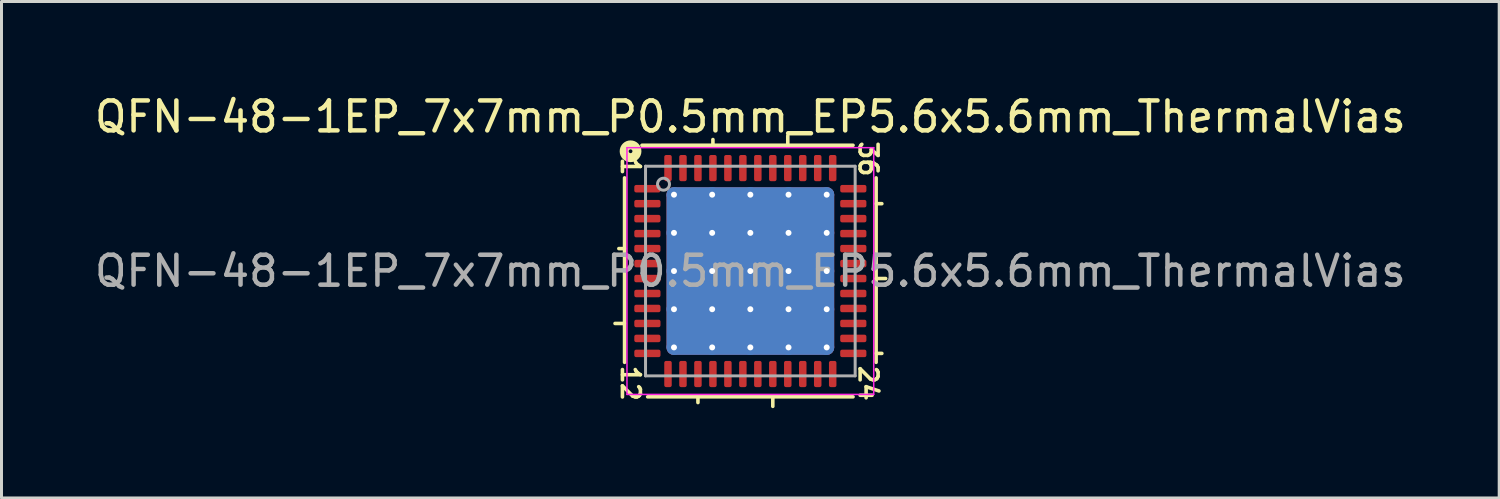
<source format=kicad_pcb>
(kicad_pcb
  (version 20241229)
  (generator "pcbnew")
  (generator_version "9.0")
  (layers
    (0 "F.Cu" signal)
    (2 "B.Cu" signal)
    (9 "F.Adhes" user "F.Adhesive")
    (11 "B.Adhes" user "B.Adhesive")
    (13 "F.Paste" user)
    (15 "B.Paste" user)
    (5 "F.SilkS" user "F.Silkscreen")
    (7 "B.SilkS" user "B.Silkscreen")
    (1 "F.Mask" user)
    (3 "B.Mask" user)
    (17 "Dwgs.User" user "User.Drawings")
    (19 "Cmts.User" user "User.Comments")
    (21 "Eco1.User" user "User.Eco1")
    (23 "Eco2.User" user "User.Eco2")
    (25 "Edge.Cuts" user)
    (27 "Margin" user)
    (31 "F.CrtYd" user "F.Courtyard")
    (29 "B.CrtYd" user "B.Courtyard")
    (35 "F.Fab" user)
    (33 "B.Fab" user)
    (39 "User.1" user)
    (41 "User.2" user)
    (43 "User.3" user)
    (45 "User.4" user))
  (footprint "QFN-48-1EP_7x7mm_P0.5mm_EP5.6x5.6mm_ThermalVias"
    (layer "F.Cu")
    (at 22.006 6.001)
    (property "Reference" "QFN-48-1EP_7x7mm_P0.5mm_EP5.6x5.6mm_ThermalVias" (at 0 -5.152 0) (layer "F.SilkS") (effects (font (size 1 1) (thickness 0.15))))
    (attr smd)
    (fp_line (start -4.2 -3.111) (end -4.2 3.048) (stroke (width 0.12) (type solid)) (layer "F.SilkS"))
    (fp_line (start -4.2 -0.75) (end -4.391 -0.75) (stroke (width 0.12) (type solid)) (layer "F.SilkS"))
    (fp_line (start -4.2 1.75) (end -4.518 1.75) (stroke (width 0.12) (type solid)) (layer "F.SilkS"))
    (fp_line (start -3.429 4.2) (end 3.429 4.2) (stroke (width 0.12) (type solid)) (layer "F.SilkS"))
    (fp_line (start -1.75 4.2) (end -1.75 4.391) (stroke (width 0.12) (type solid)) (layer "F.SilkS"))
    (fp_line (start -1.25 -4.2) (end -1.25 -4.391) (stroke (width 0.12) (type solid)) (layer "F.SilkS"))
    (fp_line (start 0.75 4.2) (end 0.75 4.518) (stroke (width 0.12) (type solid)) (layer "F.SilkS"))
    (fp_line (start 1.25 -4.2) (end 1.25 -4.518) (stroke (width 0.12) (type solid)) (layer "F.SilkS"))
    (fp_line (start 3.429 -4.2) (end -3.619 -4.2) (stroke (width 0.12) (type solid)) (layer "F.SilkS"))
    (fp_line (start 4.2 -2.25) (end 4.391 -2.25) (stroke (width 0.12) (type solid)) (layer "F.SilkS"))
    (fp_line (start 4.2 0.25) (end 4.518 0.25) (stroke (width 0.12) (type solid)) (layer "F.SilkS"))
    (fp_line (start 4.2 2.75) (end 4.391 2.75) (stroke (width 0.12) (type solid)) (layer "F.SilkS"))
    (fp_line (start 4.2 3.048) (end 4.2 -3.111) (stroke (width 0.12) (type solid)) (layer "F.SilkS"))
    (fp_circle (center -4 -4) (end -3.937 -4) (stroke (width 0.3) (type solid)) (fill no) (layer "F.SilkS"))
    (fp_line (start -4.12 -4.12) (end -4.12 4.12) (stroke (width 0.05) (type solid)) (layer "F.CrtYd"))
    (fp_line (start -4.12 4.12) (end 4.12 4.12) (stroke (width 0.05) (type solid)) (layer "F.CrtYd"))
    (fp_line (start 4.12 -4.12) (end -4.12 -4.12) (stroke (width 0.05) (type solid)) (layer "F.CrtYd"))
    (fp_line (start 4.12 4.12) (end 4.12 -4.12) (stroke (width 0.05) (type solid)) (layer "F.CrtYd"))
    (fp_line (start -3.5 -3.5) (end 3.5 -3.5) (stroke (width 0.1) (type solid)) (layer "F.Fab"))
    (fp_line (start -3.5 3.5) (end -3.5 -3.5) (stroke (width 0.1) (type solid)) (layer "F.Fab"))
    (fp_line (start 3.5 -3.5) (end 3.5 3.5) (stroke (width 0.1) (type solid)) (layer "F.Fab"))
    (fp_line (start 3.5 3.5) (end -3.5 3.5) (stroke (width 0.1) (type solid)) (layer "F.Fab"))
    (fp_circle (center -2.9 -2.9) (end -2.7 -2.9) (stroke (width 0.1) (type solid)) (fill no) (layer "F.Fab"))
    (fp_text user "12" (at -4 3.747 270) (unlocked yes) (layer "F.SilkS") (effects (font (size 0.6 0.6) (thickness 0.12))))
    (fp_text user "24" (at 3.937 3.747 270) (unlocked yes) (layer "F.SilkS") (effects (font (size 0.6 0.6) (thickness 0.12))))
    (fp_text user "1" (at -4 -3.493 270) (unlocked yes) (layer "F.SilkS") (effects (font (size 0.6 0.6) (thickness 0.12))))
    (fp_text user "36" (at 3.937 -3.747 270) (unlocked yes) (layer "F.SilkS") (effects (font (size 0.6 0.6) (thickness 0.12))))
    (fp_text user "${REFERENCE}" (at 0 0 0) (layer "F.Fab") (effects (font (size 1 1) (thickness 0.15))))
    (pad "" smd roundrect (at -1.913 -1.913) (size 1.084 1.084) (layers "F.Paste") (roundrect_rratio 0.231))
    (pad "" smd roundrect (at -1.913 -0.637) (size 1.084 1.084) (layers "F.Paste") (roundrect_rratio 0.231))
    (pad "" smd roundrect (at -1.913 0.637) (size 1.084 1.084) (layers "F.Paste") (roundrect_rratio 0.231))
    (pad "" smd roundrect (at -1.913 1.913) (size 1.084 1.084) (layers "F.Paste") (roundrect_rratio 0.231))
    (pad "" smd roundrect (at -0.637 -1.913) (size 1.084 1.084) (layers "F.Paste") (roundrect_rratio 0.231))
    (pad "" smd roundrect (at -0.637 -0.637) (size 1.084 1.084) (layers "F.Paste") (roundrect_rratio 0.231))
    (pad "" smd roundrect (at -0.637 0.637) (size 1.084 1.084) (layers "F.Paste") (roundrect_rratio 0.231))
    (pad "" smd roundrect (at -0.637 1.913) (size 1.084 1.084) (layers "F.Paste") (roundrect_rratio 0.231))
    (pad "" smd roundrect (at 0.637 -1.913) (size 1.084 1.084) (layers "F.Paste") (roundrect_rratio 0.231))
    (pad "" smd roundrect (at 0.637 -0.637) (size 1.084 1.084) (layers "F.Paste") (roundrect_rratio 0.231))
    (pad "" smd roundrect (at 0.637 0.637) (size 1.084 1.084) (layers "F.Paste") (roundrect_rratio 0.231))
    (pad "" smd roundrect (at 0.637 1.913) (size 1.084 1.084) (layers "F.Paste") (roundrect_rratio 0.231))
    (pad "" smd roundrect (at 1.913 -1.913) (size 1.084 1.084) (layers "F.Paste") (roundrect_rratio 0.231))
    (pad "" smd roundrect (at 1.913 -0.637) (size 1.084 1.084) (layers "F.Paste") (roundrect_rratio 0.231))
    (pad "" smd roundrect (at 1.913 0.637) (size 1.084 1.084) (layers "F.Paste") (roundrect_rratio 0.231))
    (pad "" smd roundrect (at 1.913 1.913) (size 1.084 1.084) (layers "F.Paste") (roundrect_rratio 0.231))
    (pad "1" smd roundrect (at -3.438 -2.75) (size 0.875 0.25) (layers "F.Cu" "F.Mask" "F.Paste") (roundrect_rratio 0.25))
    (pad "2" smd roundrect (at -3.438 -2.25) (size 0.875 0.25) (layers "F.Cu" "F.Mask" "F.Paste") (roundrect_rratio 0.25))
    (pad "3" smd roundrect (at -3.438 -1.75) (size 0.875 0.25) (layers "F.Cu" "F.Mask" "F.Paste") (roundrect_rratio 0.25))
    (pad "4" smd roundrect (at -3.438 -1.25) (size 0.875 0.25) (layers "F.Cu" "F.Mask" "F.Paste") (roundrect_rratio 0.25))
    (pad "5" smd roundrect (at -3.438 -0.75) (size 0.875 0.25) (layers "F.Cu" "F.Mask" "F.Paste") (roundrect_rratio 0.25))
    (pad "6" smd roundrect (at -3.438 -0.25) (size 0.875 0.25) (layers "F.Cu" "F.Mask" "F.Paste") (roundrect_rratio 0.25))
    (pad "7" smd roundrect (at -3.438 0.25) (size 0.875 0.25) (layers "F.Cu" "F.Mask" "F.Paste") (roundrect_rratio 0.25))
    (pad "8" smd roundrect (at -3.438 0.75) (size 0.875 0.25) (layers "F.Cu" "F.Mask" "F.Paste") (roundrect_rratio 0.25))
    (pad "9" smd roundrect (at -3.438 1.25) (size 0.875 0.25) (layers "F.Cu" "F.Mask" "F.Paste") (roundrect_rratio 0.25))
    (pad "10" smd roundrect (at -3.438 1.75) (size 0.875 0.25) (layers "F.Cu" "F.Mask" "F.Paste") (roundrect_rratio 0.25))
    (pad "11" smd roundrect (at -3.438 2.25) (size 0.875 0.25) (layers "F.Cu" "F.Mask" "F.Paste") (roundrect_rratio 0.25))
    (pad "12" smd roundrect (at -3.438 2.75) (size 0.875 0.25) (layers "F.Cu" "F.Mask" "F.Paste") (roundrect_rratio 0.25))
    (pad "13" smd roundrect (at -2.75 3.438) (size 0.25 0.875) (layers "F.Cu" "F.Mask" "F.Paste") (roundrect_rratio 0.25))
    (pad "14" smd roundrect (at -2.25 3.438) (size 0.25 0.875) (layers "F.Cu" "F.Mask" "F.Paste") (roundrect_rratio 0.25))
    (pad "15" smd roundrect (at -1.75 3.438) (size 0.25 0.875) (layers "F.Cu" "F.Mask" "F.Paste") (roundrect_rratio 0.25))
    (pad "16" smd roundrect (at -1.25 3.438) (size 0.25 0.875) (layers "F.Cu" "F.Mask" "F.Paste") (roundrect_rratio 0.25))
    (pad "17" smd roundrect (at -0.75 3.438) (size 0.25 0.875) (layers "F.Cu" "F.Mask" "F.Paste") (roundrect_rratio 0.25))
    (pad "18" smd roundrect (at -0.25 3.438) (size 0.25 0.875) (layers "F.Cu" "F.Mask" "F.Paste") (roundrect_rratio 0.25))
    (pad "19" smd roundrect (at 0.25 3.438) (size 0.25 0.875) (layers "F.Cu" "F.Mask" "F.Paste") (roundrect_rratio 0.25))
    (pad "20" smd roundrect (at 0.75 3.438) (size 0.25 0.875) (layers "F.Cu" "F.Mask" "F.Paste") (roundrect_rratio 0.25))
    (pad "21" smd roundrect (at 1.25 3.438) (size 0.25 0.875) (layers "F.Cu" "F.Mask" "F.Paste") (roundrect_rratio 0.25))
    (pad "22" smd roundrect (at 1.75 3.438) (size 0.25 0.875) (layers "F.Cu" "F.Mask" "F.Paste") (roundrect_rratio 0.25))
    (pad "23" smd roundrect (at 2.25 3.438) (size 0.25 0.875) (layers "F.Cu" "F.Mask" "F.Paste") (roundrect_rratio 0.25))
    (pad "24" smd roundrect (at 2.75 3.438) (size 0.25 0.875) (layers "F.Cu" "F.Mask" "F.Paste") (roundrect_rratio 0.25))
    (pad "25" smd roundrect (at 3.438 2.75) (size 0.875 0.25) (layers "F.Cu" "F.Mask" "F.Paste") (roundrect_rratio 0.25))
    (pad "26" smd roundrect (at 3.438 2.25) (size 0.875 0.25) (layers "F.Cu" "F.Mask" "F.Paste") (roundrect_rratio 0.25))
    (pad "27" smd roundrect (at 3.438 1.75) (size 0.875 0.25) (layers "F.Cu" "F.Mask" "F.Paste") (roundrect_rratio 0.25))
    (pad "28" smd roundrect (at 3.438 1.25) (size 0.875 0.25) (layers "F.Cu" "F.Mask" "F.Paste") (roundrect_rratio 0.25))
    (pad "29" smd roundrect (at 3.438 0.75) (size 0.875 0.25) (layers "F.Cu" "F.Mask" "F.Paste") (roundrect_rratio 0.25))
    (pad "30" smd roundrect (at 3.438 0.25) (size 0.875 0.25) (layers "F.Cu" "F.Mask" "F.Paste") (roundrect_rratio 0.25))
    (pad "31" smd roundrect (at 3.438 -0.25) (size 0.875 0.25) (layers "F.Cu" "F.Mask" "F.Paste") (roundrect_rratio 0.25))
    (pad "32" smd roundrect (at 3.438 -0.75) (size 0.875 0.25) (layers "F.Cu" "F.Mask" "F.Paste") (roundrect_rratio 0.25))
    (pad "33" smd roundrect (at 3.438 -1.25) (size 0.875 0.25) (layers "F.Cu" "F.Mask" "F.Paste") (roundrect_rratio 0.25))
    (pad "34" smd roundrect (at 3.438 -1.75) (size 0.875 0.25) (layers "F.Cu" "F.Mask" "F.Paste") (roundrect_rratio 0.25))
    (pad "35" smd roundrect (at 3.438 -2.25) (size 0.875 0.25) (layers "F.Cu" "F.Mask" "F.Paste") (roundrect_rratio 0.25))
    (pad "36" smd roundrect (at 3.438 -2.75) (size 0.875 0.25) (layers "F.Cu" "F.Mask" "F.Paste") (roundrect_rratio 0.25))
    (pad "37" smd roundrect (at 2.75 -3.438) (size 0.25 0.875) (layers "F.Cu" "F.Mask" "F.Paste") (roundrect_rratio 0.25))
    (pad "38" smd roundrect (at 2.25 -3.438) (size 0.25 0.875) (layers "F.Cu" "F.Mask" "F.Paste") (roundrect_rratio 0.25))
    (pad "39" smd roundrect (at 1.75 -3.438) (size 0.25 0.875) (layers "F.Cu" "F.Mask" "F.Paste") (roundrect_rratio 0.25))
    (pad "40" smd roundrect (at 1.25 -3.438) (size 0.25 0.875) (layers "F.Cu" "F.Mask" "F.Paste") (roundrect_rratio 0.25))
    (pad "41" smd roundrect (at 0.75 -3.438) (size 0.25 0.875) (layers "F.Cu" "F.Mask" "F.Paste") (roundrect_rratio 0.25))
    (pad "42" smd roundrect (at 0.25 -3.438) (size 0.25 0.875) (layers "F.Cu" "F.Mask" "F.Paste") (roundrect_rratio 0.25))
    (pad "43" smd roundrect (at -0.25 -3.438) (size 0.25 0.875) (layers "F.Cu" "F.Mask" "F.Paste") (roundrect_rratio 0.25))
    (pad "44" smd roundrect (at -0.75 -3.438) (size 0.25 0.875) (layers "F.Cu" "F.Mask" "F.Paste") (roundrect_rratio 0.25))
    (pad "45" smd roundrect (at -1.25 -3.438) (size 0.25 0.875) (layers "F.Cu" "F.Mask" "F.Paste") (roundrect_rratio 0.25))
    (pad "46" smd roundrect (at -1.75 -3.438) (size 0.25 0.875) (layers "F.Cu" "F.Mask" "F.Paste") (roundrect_rratio 0.25))
    (pad "47" smd roundrect (at -2.25 -3.438) (size 0.25 0.875) (layers "F.Cu" "F.Mask" "F.Paste") (roundrect_rratio 0.25))
    (pad "48" smd roundrect (at -2.75 -3.438) (size 0.25 0.875) (layers "F.Cu" "F.Mask" "F.Paste") (roundrect_rratio 0.25))
    (pad "49" thru_hole circle (at -2.55 -2.55) (size 0.5 0.5) (drill 0.2) (property pad_prop_heatsink) (layers "*.Cu"))
    (pad "49" thru_hole circle (at -2.55 -1.275) (size 0.5 0.5) (drill 0.2) (property pad_prop_heatsink) (layers "*.Cu"))
    (pad "49" thru_hole circle (at -2.55 0) (size 0.5 0.5) (drill 0.2) (property pad_prop_heatsink) (layers "*.Cu"))
    (pad "49" thru_hole circle (at -2.55 1.275) (size 0.5 0.5) (drill 0.2) (property pad_prop_heatsink) (layers "*.Cu"))
    (pad "49" thru_hole circle (at -2.55 2.55) (size 0.5 0.5) (drill 0.2) (property pad_prop_heatsink) (layers "*.Cu"))
    (pad "49" thru_hole circle (at -1.275 -2.55) (size 0.5 0.5) (drill 0.2) (property pad_prop_heatsink) (layers "*.Cu"))
    (pad "49" thru_hole circle (at -1.275 -1.275) (size 0.5 0.5) (drill 0.2) (property pad_prop_heatsink) (layers "*.Cu"))
    (pad "49" thru_hole circle (at -1.275 0) (size 0.5 0.5) (drill 0.2) (property pad_prop_heatsink) (layers "*.Cu"))
    (pad "49" thru_hole circle (at -1.275 1.275) (size 0.5 0.5) (drill 0.2) (property pad_prop_heatsink) (layers "*.Cu"))
    (pad "49" thru_hole circle (at -1.275 2.55) (size 0.5 0.5) (drill 0.2) (property pad_prop_heatsink) (layers "*.Cu"))
    (pad "49" thru_hole circle (at 0 -2.55) (size 0.5 0.5) (drill 0.2) (property pad_prop_heatsink) (layers "*.Cu"))
    (pad "49" thru_hole circle (at 0 -1.275) (size 0.5 0.5) (drill 0.2) (property pad_prop_heatsink) (layers "*.Cu"))
    (pad "49" thru_hole circle (at 0 0) (size 0.5 0.5) (drill 0.2) (property pad_prop_heatsink) (layers "*.Cu"))
    (pad "49" smd roundrect (at 0 0) (size 5.6 5.6) (layers "F.Cu" "F.Mask") (roundrect_rratio 0.045))
    (pad "49" smd roundrect (at 0 0) (size 5.6 5.6) (layers "B.Cu" "B.Mask") (roundrect_rratio 0.045))
    (pad "49" thru_hole circle (at 0 1.275) (size 0.5 0.5) (drill 0.2) (property pad_prop_heatsink) (layers "*.Cu"))
    (pad "49" thru_hole circle (at 0 2.55) (size 0.5 0.5) (drill 0.2) (property pad_prop_heatsink) (layers "*.Cu"))
    (pad "49" thru_hole circle (at 1.275 -2.55) (size 0.5 0.5) (drill 0.2) (property pad_prop_heatsink) (layers "*.Cu"))
    (pad "49" thru_hole circle (at 1.275 -1.275) (size 0.5 0.5) (drill 0.2) (property pad_prop_heatsink) (layers "*.Cu"))
    (pad "49" thru_hole circle (at 1.275 0) (size 0.5 0.5) (drill 0.2) (property pad_prop_heatsink) (layers "*.Cu"))
    (pad "49" thru_hole circle (at 1.275 1.275) (size 0.5 0.5) (drill 0.2) (property pad_prop_heatsink) (layers "*.Cu"))
    (pad "49" thru_hole circle (at 1.275 2.55) (size 0.5 0.5) (drill 0.2) (property pad_prop_heatsink) (layers "*.Cu"))
    (pad "49" thru_hole circle (at 2.55 -2.55) (size 0.5 0.5) (drill 0.2) (property pad_prop_heatsink) (layers "*.Cu"))
    (pad "49" thru_hole circle (at 2.55 -1.275) (size 0.5 0.5) (drill 0.2) (property pad_prop_heatsink) (layers "*.Cu"))
    (pad "49" thru_hole circle (at 2.55 0) (size 0.5 0.5) (drill 0.2) (property pad_prop_heatsink) (layers "*.Cu"))
    (pad "49" thru_hole circle (at 2.55 1.275) (size 0.5 0.5) (drill 0.2) (property pad_prop_heatsink) (layers "*.Cu"))
    (pad "49" thru_hole circle (at 2.55 2.55) (size 0.5 0.5) (drill 0.2) (property pad_prop_heatsink) (layers "*.Cu")))
  (gr_rect
    (start -3 -3)
    (end 47.012 13.578)
    (stroke (width 0.1) (type default))
    (fill no)
    (layer "Edge.Cuts")))
</source>
